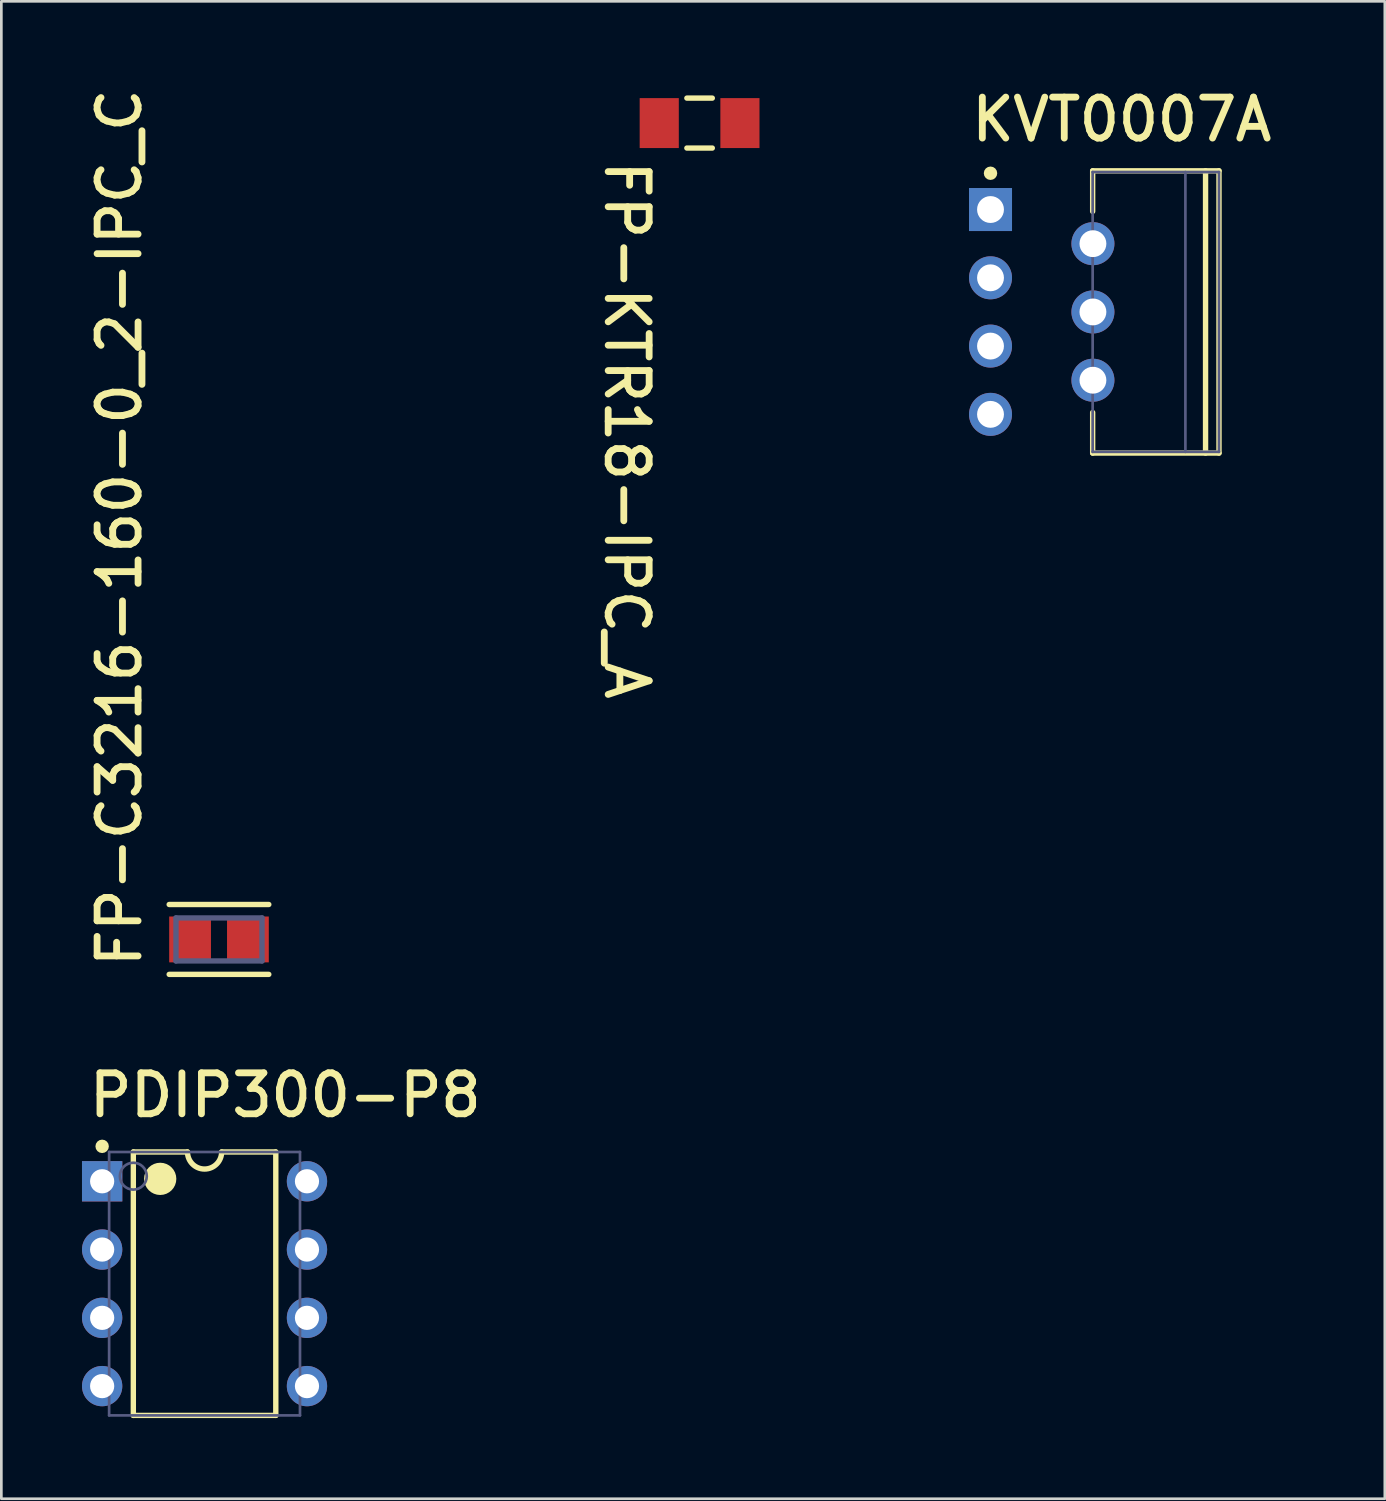
<source format=kicad_pcb>
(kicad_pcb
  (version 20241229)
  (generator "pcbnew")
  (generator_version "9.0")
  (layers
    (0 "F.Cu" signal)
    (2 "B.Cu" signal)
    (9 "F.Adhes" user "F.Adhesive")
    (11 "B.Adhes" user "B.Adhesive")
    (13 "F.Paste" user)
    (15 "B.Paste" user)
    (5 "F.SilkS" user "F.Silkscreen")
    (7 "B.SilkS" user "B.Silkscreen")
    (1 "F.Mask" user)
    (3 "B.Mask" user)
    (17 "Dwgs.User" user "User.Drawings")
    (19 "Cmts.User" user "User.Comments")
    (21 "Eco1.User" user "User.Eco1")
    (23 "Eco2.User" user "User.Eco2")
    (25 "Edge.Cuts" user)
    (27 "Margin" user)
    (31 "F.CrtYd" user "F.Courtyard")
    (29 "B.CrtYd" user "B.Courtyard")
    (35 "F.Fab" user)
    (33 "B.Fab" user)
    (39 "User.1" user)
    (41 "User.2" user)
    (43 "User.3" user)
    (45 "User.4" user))
  (footprint "FP-C3216-160-0_2-IPC_C"
    (layer "F.Cu")
    (at 5.097 31.899)
    (property "Reference" "FP-C3216-160-0_2-IPC_C" (at -2.811 1.143 90) (unlocked yes) (layer "F.SilkS") (effects (font (size 1.524 1.524) (thickness 0.254)) (justify left bottom)))
    (fp_line (start 1.853 -1.3) (end -1.853 -1.3) (stroke (width 0.2) (type solid)) (layer "F.SilkS"))
    (fp_line (start 1.853 1.3) (end -1.853 1.3) (stroke (width 0.2) (type solid)) (layer "F.SilkS"))
    (fp_line (start -1.953 1) (end -1.953 -1) (stroke (width 0.2) (type solid)) (layer "Eco1.User"))
    (fp_line (start 0 0.5) (end 0 -0.5) (stroke (width 0.1) (type solid)) (layer "Eco1.User"))
    (fp_line (start 0.5 0) (end -0.5 0) (stroke (width 0.1) (type solid)) (layer "Eco1.User"))
    (fp_line (start 1.953 -1) (end -1.953 -1) (stroke (width 0.2) (type solid)) (layer "Eco1.User"))
    (fp_line (start 1.953 1) (end -1.953 1) (stroke (width 0.2) (type solid)) (layer "Eco1.User"))
    (fp_line (start 1.953 1) (end 1.953 -1) (stroke (width 0.2) (type solid)) (layer "Eco1.User"))
    (fp_line (start -1.6 0.8) (end -1.6 -0.8) (stroke (width 0.2) (type solid)) (layer "B.Fab"))
    (fp_line (start 1.6 -0.8) (end -1.6 -0.8) (stroke (width 0.2) (type solid)) (layer "B.Fab"))
    (fp_line (start 1.6 0.8) (end -1.6 0.8) (stroke (width 0.2) (type solid)) (layer "B.Fab"))
    (fp_line (start 1.6 0.8) (end 1.6 -0.8) (stroke (width 0.2) (type solid)) (layer "B.Fab"))
    (fp_line (start -1.953 1) (end -1.953 -1) (stroke (width 0.2) (type solid)) (layer "User.5"))
    (fp_line (start 1.953 -1) (end -1.953 -1) (stroke (width 0.2) (type solid)) (layer "User.5"))
    (fp_line (start 1.953 1) (end -1.953 1) (stroke (width 0.2) (type solid)) (layer "User.5"))
    (fp_line (start 1.953 1) (end 1.953 -1) (stroke (width 0.2) (type solid)) (layer "User.5"))
    (fp_text user "${REFERENCE}" (at 0 -0.011 0) (unlocked yes) (layer "User.5") (effects (font (size 0.5 0.5) (thickness 0.1)) (justify left bottom)))
    (pad "1" smd rect (at -1.076 0) (size 1.554 1.706) (layers "F.Cu" "F.Mask" "F.Paste"))
    (pad "2" smd rect (at 1.076 0) (size 1.554 1.706) (layers "F.Cu" "F.Mask" "F.Paste")))
  (footprint "PDIP300-P8"
    (layer "F.Cu")
    (at 4.56 44.706)
    (property "Reference" "PDIP300-P8" (at -4.42 -6.121 0) (unlocked yes) (layer "F.SilkS") (effects (font (size 1.524 1.524) (thickness 0.254)) (justify left bottom)))
    (fp_line (start -2.65 -4.9) (end -0.635 -4.9) (stroke (width 0.2) (type solid)) (layer "F.SilkS"))
    (fp_line (start -2.65 4.9) (end -2.65 -4.9) (stroke (width 0.2) (type solid)) (layer "F.SilkS"))
    (fp_line (start -2.65 4.9) (end 2.65 4.9) (stroke (width 0.2) (type solid)) (layer "F.SilkS"))
    (fp_line (start 0.635 -4.9) (end 2.65 -4.9) (stroke (width 0.2) (type solid)) (layer "F.SilkS"))
    (fp_line (start 2.65 4.9) (end 2.65 -4.9) (stroke (width 0.2) (type solid)) (layer "F.SilkS"))
    (fp_arc (start 0.635 -4.9) (mid 0 -4.265) (end -0.635 -4.9) (stroke (width 0.2) (type solid)) (layer "F.SilkS"))
    (fp_circle (center -3.81 -5.11) (end -3.81 -5.235) (stroke (width 0.25) (type solid)) (fill no) (layer "F.SilkS"))
    (fp_circle (center -1.65 -3.9) (end -1.65 -4.2) (stroke (width 0.6) (type solid)) (fill no) (layer "F.SilkS"))
    (fp_line (start -0.5 0) (end 0.5 0) (stroke (width 0.1) (type solid)) (layer "Eco1.User"))
    (fp_line (start 0 0.5) (end 0 -0.5) (stroke (width 0.1) (type solid)) (layer "Eco1.User"))
    (fp_line (start -3.55 -4.9) (end 3.55 -4.9) (stroke (width 0.1) (type solid)) (layer "B.Fab"))
    (fp_line (start -3.55 4.9) (end -3.55 -4.9) (stroke (width 0.1) (type solid)) (layer "B.Fab"))
    (fp_line (start -3.55 4.9) (end 3.55 4.9) (stroke (width 0.1) (type solid)) (layer "B.Fab"))
    (fp_line (start 3.55 4.9) (end 3.55 -4.9) (stroke (width 0.1) (type solid)) (layer "B.Fab"))
    (fp_circle (center -2.65 -4) (end -2.65 -4.5) (stroke (width 0.1) (type solid)) (fill no) (layer "B.Fab"))
    (pad "1" thru_hole rect (at -3.81 -3.81) (size 1.5 1.5) (drill 0.9) (layers "*.Cu" "*.Mask"))
    (pad "2" thru_hole circle (at -3.81 -1.27) (size 1.5 1.5) (drill 0.9) (layers "*.Cu" "*.Mask"))
    (pad "3" thru_hole circle (at -3.81 1.27) (size 1.5 1.5) (drill 0.9) (layers "*.Cu" "*.Mask"))
    (pad "4" thru_hole circle (at -3.81 3.81) (size 1.5 1.5) (drill 0.9) (layers "*.Cu" "*.Mask"))
    (pad "5" thru_hole circle (at 3.81 3.81) (size 1.5 1.5) (drill 0.9) (layers "*.Cu" "*.Mask"))
    (pad "6" thru_hole circle (at 3.81 1.27) (size 1.5 1.5) (drill 0.9) (layers "*.Cu" "*.Mask"))
    (pad "7" thru_hole circle (at 3.81 -1.27) (size 1.5 1.5) (drill 0.9) (layers "*.Cu" "*.Mask"))
    (pad "8" thru_hole circle (at 3.81 -3.81) (size 1.5 1.5) (drill 0.9) (layers "*.Cu" "*.Mask")))
  (footprint "KVT0007A"
    (layer "F.Cu")
    (at 35.704 8.555)
    (property "Reference" "KVT0007A" (at -2.739 -6.269 0) (unlocked yes) (layer "F.SilkS") (effects (font (size 1.524 1.524) (thickness 0.254)) (justify left bottom)))
    (fp_line (start 1.895 -5.25) (end 6.595 -5.25) (stroke (width 0.2) (type solid)) (layer "F.SilkS"))
    (fp_line (start 1.895 -3.74) (end 1.895 -5.25) (stroke (width 0.2) (type solid)) (layer "F.SilkS"))
    (fp_line (start 1.895 5.25) (end 1.895 3.74) (stroke (width 0.2) (type solid)) (layer "F.SilkS"))
    (fp_line (start 1.895 5.25) (end 6.595 5.25) (stroke (width 0.2) (type solid)) (layer "F.SilkS"))
    (fp_line (start 6.095 5.25) (end 6.095 -5.25) (stroke (width 0.2) (type solid)) (layer "F.SilkS"))
    (fp_line (start 6.595 5.25) (end 6.595 -5.25) (stroke (width 0.2) (type solid)) (layer "F.SilkS"))
    (fp_circle (center -1.905 -5.16) (end -1.905 -5.285) (stroke (width 0.25) (type solid)) (fill no) (layer "F.SilkS"))
    (fp_line (start -2.955 -5.475) (end 6.845 -5.475) (stroke (width 0.05) (type solid)) (layer "Eco1.User"))
    (fp_line (start -2.955 5.475) (end -2.955 -5.475) (stroke (width 0.05) (type solid)) (layer "Eco1.User"))
    (fp_line (start -2.955 5.475) (end 6.845 5.475) (stroke (width 0.05) (type solid)) (layer "Eco1.User"))
    (fp_line (start -0.5 -0.00001) (end 0.5 -0.00001) (stroke (width 0.1) (type solid)) (layer "Eco1.User"))
    (fp_line (start 0 0.5) (end 0 -0.5) (stroke (width 0.1) (type solid)) (layer "Eco1.User"))
    (fp_line (start 6.845 5.475) (end 6.845 -5.475) (stroke (width 0.05) (type solid)) (layer "Eco1.User"))
    (fp_line (start 1.895 -5.205) (end 6.595 -5.205) (stroke (width 0.1) (type solid)) (layer "B.Fab"))
    (fp_line (start 1.895 5.205) (end 1.895 -5.205) (stroke (width 0.1) (type solid)) (layer "B.Fab"))
    (fp_line (start 1.895 5.205) (end 6.595 5.205) (stroke (width 0.1) (type solid)) (layer "B.Fab"))
    (fp_line (start 5.345 5.205) (end 5.345 -5.205) (stroke (width 0.1) (type solid)) (layer "B.Fab"))
    (fp_line (start 6.595 5.205) (end 6.595 -5.205) (stroke (width 0.1) (type solid)) (layer "B.Fab"))
    (fp_text user "${REFERENCE}" (at 2.032 0.508 0) (unlocked yes) (layer "User.1") (effects (font (size 1.016 1.016) (thickness 0.178)) (justify left bottom)))
    (pad "1" thru_hole rect (at -1.905 -3.81) (size 1.6 1.6) (drill 1) (layers "*.Cu" "*.Mask"))
    (pad "2" thru_hole circle (at 1.905 -2.54) (size 1.6 1.6) (drill 1) (layers "*.Cu" "*.Mask"))
    (pad "3" thru_hole circle (at -1.905 -1.27) (size 1.6 1.6) (drill 1) (layers "*.Cu" "*.Mask"))
    (pad "4" thru_hole circle (at 1.905 -0.00001) (size 1.6 1.6) (drill 1) (layers "*.Cu" "*.Mask"))
    (pad "5" thru_hole circle (at -1.905 1.27) (size 1.6 1.6) (drill 1) (layers "*.Cu" "*.Mask"))
    (pad "6" thru_hole circle (at 1.905 2.54) (size 1.6 1.6) (drill 1) (layers "*.Cu" "*.Mask"))
    (pad "7" thru_hole circle (at -1.905 3.81) (size 1.6 1.6) (drill 1) (layers "*.Cu" "*.Mask")))
  (footprint "FP-KTR18-IPC_A"
    (layer "F.Cu")
    (at 22.976 1.529)
    (property "Reference" "FP-KTR18-IPC_A" (at -3.6 1.275 270) (unlocked yes) (layer "F.SilkS") (effects (font (size 1.524 1.524) (thickness 0.254)) (justify left bottom)))
    (fp_line (start 0.473 -0.929) (end -0.473 -0.929) (stroke (width 0.2) (type solid)) (layer "F.SilkS"))
    (fp_line (start 0.473 0.929) (end -0.473 0.929) (stroke (width 0.2) (type solid)) (layer "F.SilkS"))
    (fp_line (start -2.729 -1.429) (end -2.729 1.429) (stroke (width 0.2) (type solid)) (layer "Eco1.User"))
    (fp_line (start -2.729 -1.429) (end -2.729 1.429) (stroke (width 0.2) (type solid)) (layer "Eco1.User"))
    (fp_line (start -1.6 -0.8) (end -1.6 0.8) (stroke (width 0.2) (type solid)) (layer "Eco1.User"))
    (fp_line (start 0 -0.5) (end 0 0.5) (stroke (width 0.1) (type solid)) (layer "Eco1.User"))
    (fp_line (start 0.5 0) (end -0.5 0) (stroke (width 0.1) (type solid)) (layer "Eco1.User"))
    (fp_line (start 1.6 -0.8) (end -1.6 -0.8) (stroke (width 0.2) (type solid)) (layer "Eco1.User"))
    (fp_line (start 1.6 -0.8) (end 1.6 0.8) (stroke (width 0.2) (type solid)) (layer "Eco1.User"))
    (fp_line (start 1.6 0.8) (end -1.6 0.8) (stroke (width 0.2) (type solid)) (layer "Eco1.User"))
    (fp_line (start 2.729 -1.429) (end -2.729 -1.429) (stroke (width 0.2) (type solid)) (layer "Eco1.User"))
    (fp_line (start 2.729 -1.429) (end -2.729 -1.429) (stroke (width 0.2) (type solid)) (layer "Eco1.User"))
    (fp_line (start 2.729 -1.429) (end 2.729 1.429) (stroke (width 0.2) (type solid)) (layer "Eco1.User"))
    (fp_line (start 2.729 -1.429) (end 2.729 1.429) (stroke (width 0.2) (type solid)) (layer "Eco1.User"))
    (fp_line (start 2.729 1.429) (end -2.729 1.429) (stroke (width 0.2) (type solid)) (layer "Eco1.User"))
    (fp_line (start 2.729 1.429) (end -2.729 1.429) (stroke (width 0.2) (type solid)) (layer "Eco1.User"))
    (fp_text user "${REFERENCE}" (at -0.00002 0.00001 180) (unlocked yes) (layer "Eco1.User") (effects (font (size 0.5 0.5) (thickness 0.1)) (justify left bottom mirror)))
    (pad "1" smd rect (at -1.501 0 180) (size 1.456 1.858) (layers "F.Cu" "F.Mask" "F.Paste"))
    (pad "2" smd rect (at 1.501 0 180) (size 1.456 1.858) (layers "F.Cu" "F.Mask" "F.Paste")))
  (gr_rect
    (start -3 -3)
    (end 48.468 52.706)
    (stroke (width 0.1) (type default))
    (fill no)
    (layer "Edge.Cuts")))
</source>
